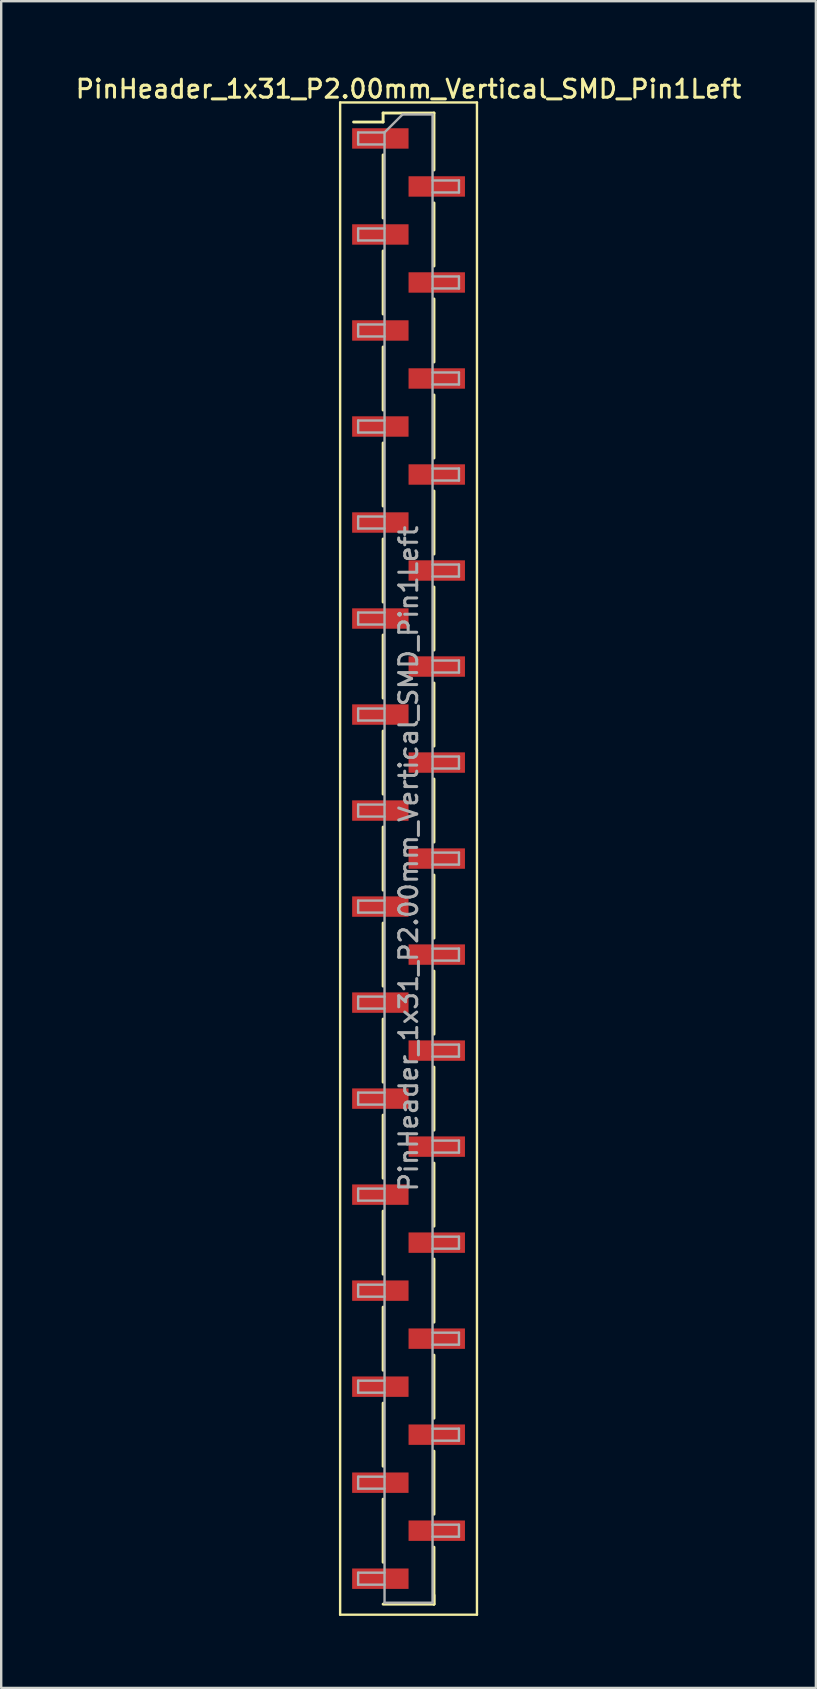
<source format=kicad_pcb>
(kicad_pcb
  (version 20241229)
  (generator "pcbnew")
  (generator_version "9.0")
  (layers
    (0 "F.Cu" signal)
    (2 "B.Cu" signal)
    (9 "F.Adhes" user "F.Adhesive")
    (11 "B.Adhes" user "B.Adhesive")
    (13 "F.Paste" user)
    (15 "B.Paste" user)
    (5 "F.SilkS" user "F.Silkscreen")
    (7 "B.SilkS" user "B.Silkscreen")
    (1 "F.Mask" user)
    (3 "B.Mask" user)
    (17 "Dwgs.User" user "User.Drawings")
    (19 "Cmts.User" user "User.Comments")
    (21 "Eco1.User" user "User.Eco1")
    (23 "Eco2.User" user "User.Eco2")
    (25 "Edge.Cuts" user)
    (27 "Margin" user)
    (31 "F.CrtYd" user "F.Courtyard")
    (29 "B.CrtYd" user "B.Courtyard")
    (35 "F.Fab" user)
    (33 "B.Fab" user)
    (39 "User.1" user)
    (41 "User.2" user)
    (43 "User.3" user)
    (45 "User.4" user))
  (footprint "PinHeader_1x31_P2.00mm_Vertical_SMD_Pin1Left"
    (layer "F.Cu")
    (at 13.97 32.718)
    (property "Reference" "PinHeader_1x31_P2.00mm_Vertical_SMD_Pin1Left" (at 0 -32.06 0) (layer "F.SilkS") (effects (font (size 0.75 0.75) (thickness 0.125))))
    (attr smd)
    (fp_line (start -2.85 -31.5) (end -2.85 31.5) (stroke (width 0.1) (type solid)) (layer "F.SilkS"))
    (fp_line (start -2.85 31.5) (end 2.85 31.5) (stroke (width 0.1) (type solid)) (layer "F.SilkS"))
    (fp_line (start -1.06 -31.06) (end -1.06 -30.685) (stroke (width 0.12) (type solid)) (layer "F.SilkS"))
    (fp_line (start -1.06 -31.06) (end 1.06 -31.06) (stroke (width 0.12) (type solid)) (layer "F.SilkS"))
    (fp_line (start -1.06 -30.685) (end -2.29 -30.685) (stroke (width 0.12) (type solid)) (layer "F.SilkS"))
    (fp_line (start -1.06 -29.315) (end -1.06 -26.685) (stroke (width 0.12) (type solid)) (layer "F.SilkS"))
    (fp_line (start -1.06 -25.315) (end -1.06 -22.685) (stroke (width 0.12) (type solid)) (layer "F.SilkS"))
    (fp_line (start -1.06 -21.315) (end -1.06 -18.685) (stroke (width 0.12) (type solid)) (layer "F.SilkS"))
    (fp_line (start -1.06 -17.315) (end -1.06 -14.685) (stroke (width 0.12) (type solid)) (layer "F.SilkS"))
    (fp_line (start -1.06 -13.315) (end -1.06 -10.685) (stroke (width 0.12) (type solid)) (layer "F.SilkS"))
    (fp_line (start -1.06 -9.315) (end -1.06 -6.685) (stroke (width 0.12) (type solid)) (layer "F.SilkS"))
    (fp_line (start -1.06 -5.315) (end -1.06 -2.685) (stroke (width 0.12) (type solid)) (layer "F.SilkS"))
    (fp_line (start -1.06 -1.315) (end -1.06 1.315) (stroke (width 0.12) (type solid)) (layer "F.SilkS"))
    (fp_line (start -1.06 2.685) (end -1.06 5.315) (stroke (width 0.12) (type solid)) (layer "F.SilkS"))
    (fp_line (start -1.06 6.685) (end -1.06 9.315) (stroke (width 0.12) (type solid)) (layer "F.SilkS"))
    (fp_line (start -1.06 10.685) (end -1.06 13.315) (stroke (width 0.12) (type solid)) (layer "F.SilkS"))
    (fp_line (start -1.06 14.685) (end -1.06 17.315) (stroke (width 0.12) (type solid)) (layer "F.SilkS"))
    (fp_line (start -1.06 18.685) (end -1.06 21.315) (stroke (width 0.12) (type solid)) (layer "F.SilkS"))
    (fp_line (start -1.06 22.685) (end -1.06 25.315) (stroke (width 0.12) (type solid)) (layer "F.SilkS"))
    (fp_line (start -1.06 26.685) (end -1.06 29.315) (stroke (width 0.12) (type solid)) (layer "F.SilkS"))
    (fp_line (start -1.06 31.06) (end 1.06 31.06) (stroke (width 0.12) (type solid)) (layer "F.SilkS"))
    (fp_line (start 1.06 -31.06) (end 1.06 -28.685) (stroke (width 0.12) (type solid)) (layer "F.SilkS"))
    (fp_line (start 1.06 -27.315) (end 1.06 -24.685) (stroke (width 0.12) (type solid)) (layer "F.SilkS"))
    (fp_line (start 1.06 -23.315) (end 1.06 -20.685) (stroke (width 0.12) (type solid)) (layer "F.SilkS"))
    (fp_line (start 1.06 -19.315) (end 1.06 -16.685) (stroke (width 0.12) (type solid)) (layer "F.SilkS"))
    (fp_line (start 1.06 -15.315) (end 1.06 -12.685) (stroke (width 0.12) (type solid)) (layer "F.SilkS"))
    (fp_line (start 1.06 -11.315) (end 1.06 -8.685) (stroke (width 0.12) (type solid)) (layer "F.SilkS"))
    (fp_line (start 1.06 -7.315) (end 1.06 -4.685) (stroke (width 0.12) (type solid)) (layer "F.SilkS"))
    (fp_line (start 1.06 -3.315) (end 1.06 -0.685) (stroke (width 0.12) (type solid)) (layer "F.SilkS"))
    (fp_line (start 1.06 0.685) (end 1.06 3.315) (stroke (width 0.12) (type solid)) (layer "F.SilkS"))
    (fp_line (start 1.06 4.685) (end 1.06 7.315) (stroke (width 0.12) (type solid)) (layer "F.SilkS"))
    (fp_line (start 1.06 8.685) (end 1.06 11.315) (stroke (width 0.12) (type solid)) (layer "F.SilkS"))
    (fp_line (start 1.06 12.685) (end 1.06 15.315) (stroke (width 0.12) (type solid)) (layer "F.SilkS"))
    (fp_line (start 1.06 16.685) (end 1.06 19.315) (stroke (width 0.12) (type solid)) (layer "F.SilkS"))
    (fp_line (start 1.06 20.685) (end 1.06 23.315) (stroke (width 0.12) (type solid)) (layer "F.SilkS"))
    (fp_line (start 1.06 24.685) (end 1.06 27.315) (stroke (width 0.12) (type solid)) (layer "F.SilkS"))
    (fp_line (start 1.06 28.685) (end 1.06 31.06) (stroke (width 0.12) (type solid)) (layer "F.SilkS"))
    (fp_line (start 1.06 30.685) (end 1.06 31.06) (stroke (width 0.12) (type solid)) (layer "F.SilkS"))
    (fp_line (start 2.85 -31.5) (end -2.85 -31.5) (stroke (width 0.1) (type solid)) (layer "F.SilkS"))
    (fp_line (start 2.85 31.5) (end 2.85 -31.5) (stroke (width 0.1) (type solid)) (layer "F.SilkS"))
    (fp_line (start -2.1 -30.25) (end -2.1 -29.75) (stroke (width 0.1) (type solid)) (layer "F.Fab"))
    (fp_line (start -2.1 -29.75) (end -1 -29.75) (stroke (width 0.1) (type solid)) (layer "F.Fab"))
    (fp_line (start -2.1 -26.25) (end -2.1 -25.75) (stroke (width 0.1) (type solid)) (layer "F.Fab"))
    (fp_line (start -2.1 -25.75) (end -1 -25.75) (stroke (width 0.1) (type solid)) (layer "F.Fab"))
    (fp_line (start -2.1 -22.25) (end -2.1 -21.75) (stroke (width 0.1) (type solid)) (layer "F.Fab"))
    (fp_line (start -2.1 -21.75) (end -1 -21.75) (stroke (width 0.1) (type solid)) (layer "F.Fab"))
    (fp_line (start -2.1 -18.25) (end -2.1 -17.75) (stroke (width 0.1) (type solid)) (layer "F.Fab"))
    (fp_line (start -2.1 -17.75) (end -1 -17.75) (stroke (width 0.1) (type solid)) (layer "F.Fab"))
    (fp_line (start -2.1 -14.25) (end -2.1 -13.75) (stroke (width 0.1) (type solid)) (layer "F.Fab"))
    (fp_line (start -2.1 -13.75) (end -1 -13.75) (stroke (width 0.1) (type solid)) (layer "F.Fab"))
    (fp_line (start -2.1 -10.25) (end -2.1 -9.75) (stroke (width 0.1) (type solid)) (layer "F.Fab"))
    (fp_line (start -2.1 -9.75) (end -1 -9.75) (stroke (width 0.1) (type solid)) (layer "F.Fab"))
    (fp_line (start -2.1 -6.25) (end -2.1 -5.75) (stroke (width 0.1) (type solid)) (layer "F.Fab"))
    (fp_line (start -2.1 -5.75) (end -1 -5.75) (stroke (width 0.1) (type solid)) (layer "F.Fab"))
    (fp_line (start -2.1 -2.25) (end -2.1 -1.75) (stroke (width 0.1) (type solid)) (layer "F.Fab"))
    (fp_line (start -2.1 -1.75) (end -1 -1.75) (stroke (width 0.1) (type solid)) (layer "F.Fab"))
    (fp_line (start -2.1 1.75) (end -2.1 2.25) (stroke (width 0.1) (type solid)) (layer "F.Fab"))
    (fp_line (start -2.1 2.25) (end -1 2.25) (stroke (width 0.1) (type solid)) (layer "F.Fab"))
    (fp_line (start -2.1 5.75) (end -2.1 6.25) (stroke (width 0.1) (type solid)) (layer "F.Fab"))
    (fp_line (start -2.1 6.25) (end -1 6.25) (stroke (width 0.1) (type solid)) (layer "F.Fab"))
    (fp_line (start -2.1 9.75) (end -2.1 10.25) (stroke (width 0.1) (type solid)) (layer "F.Fab"))
    (fp_line (start -2.1 10.25) (end -1 10.25) (stroke (width 0.1) (type solid)) (layer "F.Fab"))
    (fp_line (start -2.1 13.75) (end -2.1 14.25) (stroke (width 0.1) (type solid)) (layer "F.Fab"))
    (fp_line (start -2.1 14.25) (end -1 14.25) (stroke (width 0.1) (type solid)) (layer "F.Fab"))
    (fp_line (start -2.1 17.75) (end -2.1 18.25) (stroke (width 0.1) (type solid)) (layer "F.Fab"))
    (fp_line (start -2.1 18.25) (end -1 18.25) (stroke (width 0.1) (type solid)) (layer "F.Fab"))
    (fp_line (start -2.1 21.75) (end -2.1 22.25) (stroke (width 0.1) (type solid)) (layer "F.Fab"))
    (fp_line (start -2.1 22.25) (end -1 22.25) (stroke (width 0.1) (type solid)) (layer "F.Fab"))
    (fp_line (start -2.1 25.75) (end -2.1 26.25) (stroke (width 0.1) (type solid)) (layer "F.Fab"))
    (fp_line (start -2.1 26.25) (end -1 26.25) (stroke (width 0.1) (type solid)) (layer "F.Fab"))
    (fp_line (start -2.1 29.75) (end -2.1 30.25) (stroke (width 0.1) (type solid)) (layer "F.Fab"))
    (fp_line (start -2.1 30.25) (end -1 30.25) (stroke (width 0.1) (type solid)) (layer "F.Fab"))
    (fp_line (start -1 -30.25) (end -2.1 -30.25) (stroke (width 0.1) (type solid)) (layer "F.Fab"))
    (fp_line (start -1 -30.25) (end -0.25 -31) (stroke (width 0.1) (type solid)) (layer "F.Fab"))
    (fp_line (start -1 -26.25) (end -2.1 -26.25) (stroke (width 0.1) (type solid)) (layer "F.Fab"))
    (fp_line (start -1 -22.25) (end -2.1 -22.25) (stroke (width 0.1) (type solid)) (layer "F.Fab"))
    (fp_line (start -1 -18.25) (end -2.1 -18.25) (stroke (width 0.1) (type solid)) (layer "F.Fab"))
    (fp_line (start -1 -14.25) (end -2.1 -14.25) (stroke (width 0.1) (type solid)) (layer "F.Fab"))
    (fp_line (start -1 -10.25) (end -2.1 -10.25) (stroke (width 0.1) (type solid)) (layer "F.Fab"))
    (fp_line (start -1 -6.25) (end -2.1 -6.25) (stroke (width 0.1) (type solid)) (layer "F.Fab"))
    (fp_line (start -1 -2.25) (end -2.1 -2.25) (stroke (width 0.1) (type solid)) (layer "F.Fab"))
    (fp_line (start -1 1.75) (end -2.1 1.75) (stroke (width 0.1) (type solid)) (layer "F.Fab"))
    (fp_line (start -1 5.75) (end -2.1 5.75) (stroke (width 0.1) (type solid)) (layer "F.Fab"))
    (fp_line (start -1 9.75) (end -2.1 9.75) (stroke (width 0.1) (type solid)) (layer "F.Fab"))
    (fp_line (start -1 13.75) (end -2.1 13.75) (stroke (width 0.1) (type solid)) (layer "F.Fab"))
    (fp_line (start -1 17.75) (end -2.1 17.75) (stroke (width 0.1) (type solid)) (layer "F.Fab"))
    (fp_line (start -1 21.75) (end -2.1 21.75) (stroke (width 0.1) (type solid)) (layer "F.Fab"))
    (fp_line (start -1 25.75) (end -2.1 25.75) (stroke (width 0.1) (type solid)) (layer "F.Fab"))
    (fp_line (start -1 29.75) (end -2.1 29.75) (stroke (width 0.1) (type solid)) (layer "F.Fab"))
    (fp_line (start -1 31) (end -1 -30.25) (stroke (width 0.1) (type solid)) (layer "F.Fab"))
    (fp_line (start -0.25 -31) (end 1 -31) (stroke (width 0.1) (type solid)) (layer "F.Fab"))
    (fp_line (start 1 -31) (end 1 31) (stroke (width 0.1) (type solid)) (layer "F.Fab"))
    (fp_line (start 1 -28.25) (end 2.1 -28.25) (stroke (width 0.1) (type solid)) (layer "F.Fab"))
    (fp_line (start 1 -24.25) (end 2.1 -24.25) (stroke (width 0.1) (type solid)) (layer "F.Fab"))
    (fp_line (start 1 -20.25) (end 2.1 -20.25) (stroke (width 0.1) (type solid)) (layer "F.Fab"))
    (fp_line (start 1 -16.25) (end 2.1 -16.25) (stroke (width 0.1) (type solid)) (layer "F.Fab"))
    (fp_line (start 1 -12.25) (end 2.1 -12.25) (stroke (width 0.1) (type solid)) (layer "F.Fab"))
    (fp_line (start 1 -8.25) (end 2.1 -8.25) (stroke (width 0.1) (type solid)) (layer "F.Fab"))
    (fp_line (start 1 -4.25) (end 2.1 -4.25) (stroke (width 0.1) (type solid)) (layer "F.Fab"))
    (fp_line (start 1 -0.25) (end 2.1 -0.25) (stroke (width 0.1) (type solid)) (layer "F.Fab"))
    (fp_line (start 1 3.75) (end 2.1 3.75) (stroke (width 0.1) (type solid)) (layer "F.Fab"))
    (fp_line (start 1 7.75) (end 2.1 7.75) (stroke (width 0.1) (type solid)) (layer "F.Fab"))
    (fp_line (start 1 11.75) (end 2.1 11.75) (stroke (width 0.1) (type solid)) (layer "F.Fab"))
    (fp_line (start 1 15.75) (end 2.1 15.75) (stroke (width 0.1) (type solid)) (layer "F.Fab"))
    (fp_line (start 1 19.75) (end 2.1 19.75) (stroke (width 0.1) (type solid)) (layer "F.Fab"))
    (fp_line (start 1 23.75) (end 2.1 23.75) (stroke (width 0.1) (type solid)) (layer "F.Fab"))
    (fp_line (start 1 27.75) (end 2.1 27.75) (stroke (width 0.1) (type solid)) (layer "F.Fab"))
    (fp_line (start 1 31) (end -1 31) (stroke (width 0.1) (type solid)) (layer "F.Fab"))
    (fp_line (start 2.1 -28.25) (end 2.1 -27.75) (stroke (width 0.1) (type solid)) (layer "F.Fab"))
    (fp_line (start 2.1 -27.75) (end 1 -27.75) (stroke (width 0.1) (type solid)) (layer "F.Fab"))
    (fp_line (start 2.1 -24.25) (end 2.1 -23.75) (stroke (width 0.1) (type solid)) (layer "F.Fab"))
    (fp_line (start 2.1 -23.75) (end 1 -23.75) (stroke (width 0.1) (type solid)) (layer "F.Fab"))
    (fp_line (start 2.1 -20.25) (end 2.1 -19.75) (stroke (width 0.1) (type solid)) (layer "F.Fab"))
    (fp_line (start 2.1 -19.75) (end 1 -19.75) (stroke (width 0.1) (type solid)) (layer "F.Fab"))
    (fp_line (start 2.1 -16.25) (end 2.1 -15.75) (stroke (width 0.1) (type solid)) (layer "F.Fab"))
    (fp_line (start 2.1 -15.75) (end 1 -15.75) (stroke (width 0.1) (type solid)) (layer "F.Fab"))
    (fp_line (start 2.1 -12.25) (end 2.1 -11.75) (stroke (width 0.1) (type solid)) (layer "F.Fab"))
    (fp_line (start 2.1 -11.75) (end 1 -11.75) (stroke (width 0.1) (type solid)) (layer "F.Fab"))
    (fp_line (start 2.1 -8.25) (end 2.1 -7.75) (stroke (width 0.1) (type solid)) (layer "F.Fab"))
    (fp_line (start 2.1 -7.75) (end 1 -7.75) (stroke (width 0.1) (type solid)) (layer "F.Fab"))
    (fp_line (start 2.1 -4.25) (end 2.1 -3.75) (stroke (width 0.1) (type solid)) (layer "F.Fab"))
    (fp_line (start 2.1 -3.75) (end 1 -3.75) (stroke (width 0.1) (type solid)) (layer "F.Fab"))
    (fp_line (start 2.1 -0.25) (end 2.1 0.25) (stroke (width 0.1) (type solid)) (layer "F.Fab"))
    (fp_line (start 2.1 0.25) (end 1 0.25) (stroke (width 0.1) (type solid)) (layer "F.Fab"))
    (fp_line (start 2.1 3.75) (end 2.1 4.25) (stroke (width 0.1) (type solid)) (layer "F.Fab"))
    (fp_line (start 2.1 4.25) (end 1 4.25) (stroke (width 0.1) (type solid)) (layer "F.Fab"))
    (fp_line (start 2.1 7.75) (end 2.1 8.25) (stroke (width 0.1) (type solid)) (layer "F.Fab"))
    (fp_line (start 2.1 8.25) (end 1 8.25) (stroke (width 0.1) (type solid)) (layer "F.Fab"))
    (fp_line (start 2.1 11.75) (end 2.1 12.25) (stroke (width 0.1) (type solid)) (layer "F.Fab"))
    (fp_line (start 2.1 12.25) (end 1 12.25) (stroke (width 0.1) (type solid)) (layer "F.Fab"))
    (fp_line (start 2.1 15.75) (end 2.1 16.25) (stroke (width 0.1) (type solid)) (layer "F.Fab"))
    (fp_line (start 2.1 16.25) (end 1 16.25) (stroke (width 0.1) (type solid)) (layer "F.Fab"))
    (fp_line (start 2.1 19.75) (end 2.1 20.25) (stroke (width 0.1) (type solid)) (layer "F.Fab"))
    (fp_line (start 2.1 20.25) (end 1 20.25) (stroke (width 0.1) (type solid)) (layer "F.Fab"))
    (fp_line (start 2.1 23.75) (end 2.1 24.25) (stroke (width 0.1) (type solid)) (layer "F.Fab"))
    (fp_line (start 2.1 24.25) (end 1 24.25) (stroke (width 0.1) (type solid)) (layer "F.Fab"))
    (fp_line (start 2.1 27.75) (end 2.1 28.25) (stroke (width 0.1) (type solid)) (layer "F.Fab"))
    (fp_line (start 2.1 28.25) (end 1 28.25) (stroke (width 0.1) (type solid)) (layer "F.Fab"))
    (fp_text user "${REFERENCE}" (at 0 0 90) (layer "F.Fab") (effects (font (size 0.75 0.75) (thickness 0.125))))
    (pad "1" smd rect (at -1.175 -30) (size 2.35 0.85) (layers "F.Cu" "F.Mask" "F.Paste"))
    (pad "2" smd rect (at 1.175 -28) (size 2.35 0.85) (layers "F.Cu" "F.Mask" "F.Paste"))
    (pad "3" smd rect (at -1.175 -26) (size 2.35 0.85) (layers "F.Cu" "F.Mask" "F.Paste"))
    (pad "4" smd rect (at 1.175 -24) (size 2.35 0.85) (layers "F.Cu" "F.Mask" "F.Paste"))
    (pad "5" smd rect (at -1.175 -22) (size 2.35 0.85) (layers "F.Cu" "F.Mask" "F.Paste"))
    (pad "6" smd rect (at 1.175 -20) (size 2.35 0.85) (layers "F.Cu" "F.Mask" "F.Paste"))
    (pad "7" smd rect (at -1.175 -18) (size 2.35 0.85) (layers "F.Cu" "F.Mask" "F.Paste"))
    (pad "8" smd rect (at 1.175 -16) (size 2.35 0.85) (layers "F.Cu" "F.Mask" "F.Paste"))
    (pad "9" smd rect (at -1.175 -14) (size 2.35 0.85) (layers "F.Cu" "F.Mask" "F.Paste"))
    (pad "10" smd rect (at 1.175 -12) (size 2.35 0.85) (layers "F.Cu" "F.Mask" "F.Paste"))
    (pad "11" smd rect (at -1.175 -10) (size 2.35 0.85) (layers "F.Cu" "F.Mask" "F.Paste"))
    (pad "12" smd rect (at 1.175 -8) (size 2.35 0.85) (layers "F.Cu" "F.Mask" "F.Paste"))
    (pad "13" smd rect (at -1.175 -6) (size 2.35 0.85) (layers "F.Cu" "F.Mask" "F.Paste"))
    (pad "14" smd rect (at 1.175 -4) (size 2.35 0.85) (layers "F.Cu" "F.Mask" "F.Paste"))
    (pad "15" smd rect (at -1.175 -2) (size 2.35 0.85) (layers "F.Cu" "F.Mask" "F.Paste"))
    (pad "16" smd rect (at 1.175 0) (size 2.35 0.85) (layers "F.Cu" "F.Mask" "F.Paste"))
    (pad "17" smd rect (at -1.175 2) (size 2.35 0.85) (layers "F.Cu" "F.Mask" "F.Paste"))
    (pad "18" smd rect (at 1.175 4) (size 2.35 0.85) (layers "F.Cu" "F.Mask" "F.Paste"))
    (pad "19" smd rect (at -1.175 6) (size 2.35 0.85) (layers "F.Cu" "F.Mask" "F.Paste"))
    (pad "20" smd rect (at 1.175 8) (size 2.35 0.85) (layers "F.Cu" "F.Mask" "F.Paste"))
    (pad "21" smd rect (at -1.175 10) (size 2.35 0.85) (layers "F.Cu" "F.Mask" "F.Paste"))
    (pad "22" smd rect (at 1.175 12) (size 2.35 0.85) (layers "F.Cu" "F.Mask" "F.Paste"))
    (pad "23" smd rect (at -1.175 14) (size 2.35 0.85) (layers "F.Cu" "F.Mask" "F.Paste"))
    (pad "24" smd rect (at 1.175 16) (size 2.35 0.85) (layers "F.Cu" "F.Mask" "F.Paste"))
    (pad "25" smd rect (at -1.175 18) (size 2.35 0.85) (layers "F.Cu" "F.Mask" "F.Paste"))
    (pad "26" smd rect (at 1.175 20) (size 2.35 0.85) (layers "F.Cu" "F.Mask" "F.Paste"))
    (pad "27" smd rect (at -1.175 22) (size 2.35 0.85) (layers "F.Cu" "F.Mask" "F.Paste"))
    (pad "28" smd rect (at 1.175 24) (size 2.35 0.85) (layers "F.Cu" "F.Mask" "F.Paste"))
    (pad "29" smd rect (at -1.175 26) (size 2.35 0.85) (layers "F.Cu" "F.Mask" "F.Paste"))
    (pad "30" smd rect (at 1.175 28) (size 2.35 0.85) (layers "F.Cu" "F.Mask" "F.Paste"))
    (pad "31" smd rect (at -1.175 30) (size 2.35 0.85) (layers "F.Cu" "F.Mask" "F.Paste")))
  (gr_rect
    (start -3 -3)
    (end 30.939 67.268)
    (stroke (width 0.1) (type default))
    (fill no)
    (layer "Edge.Cuts")))
</source>
